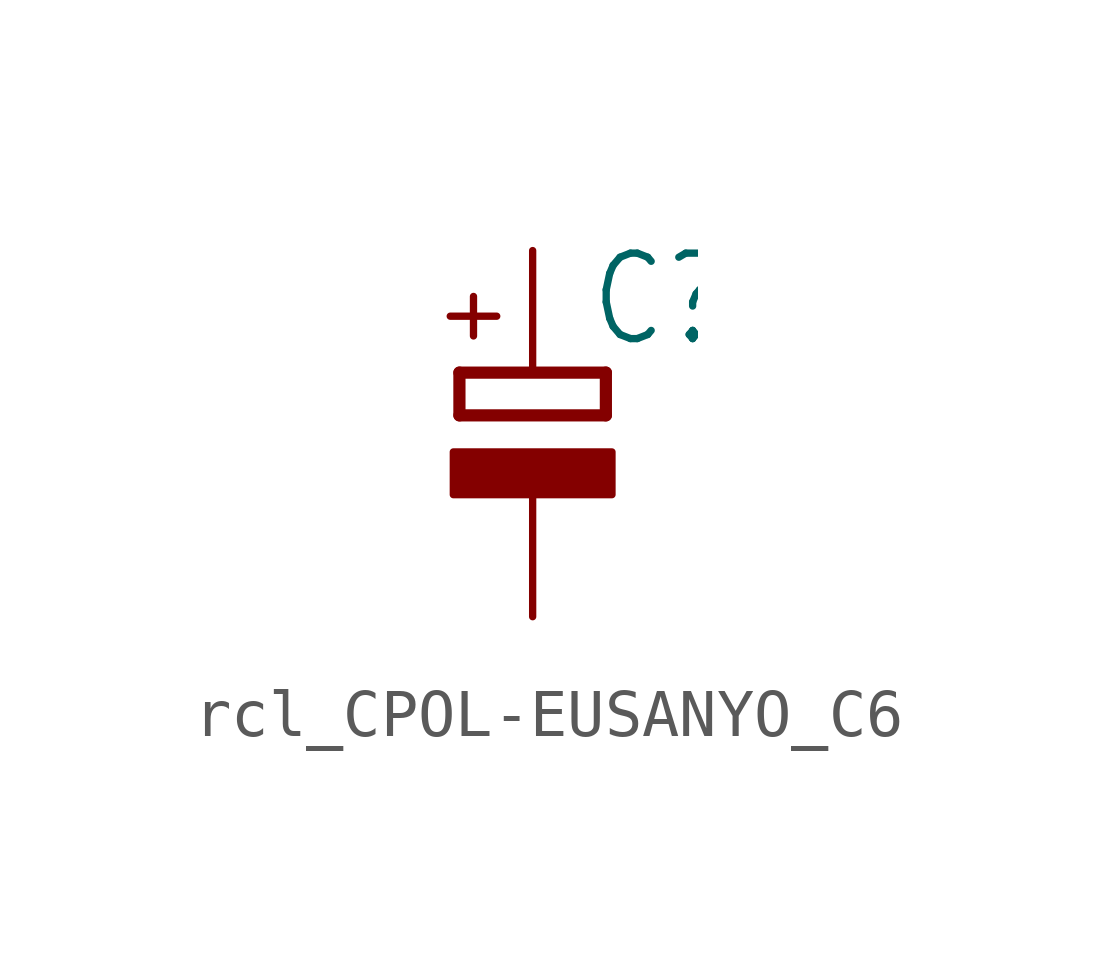
<source format=kicad_sym>
(kicad_symbol_lib
  (version 20231120)
  (generator "kicad_symbol_editor")
  (generator_version "8.0")
  (symbol "rcl_CPOL-EUSANYO_C6"
    (property "Reference" "C"
      (at 1.143 0.483 0)
      (effects (font (size 1.778 1.511)) (justify left bottom)))
    (property "Value" ""
      (at 1.143 -4.597 0)
      (effects (font (size 1.778 1.511)) (justify left bottom)))
    (property "ki_locked" ""
      (at 0 0 0)
      (effects (font (size 1.27 1.27))))
    (symbol "rcl_CPOL-EUSANYO_C6_1_0"
      (rectangle (start -1.651 -2.54) (end 1.651 -1.651) (stroke (width 0) (type default)) (fill (type outline)))
      (polyline (pts (xy -1.524 -0.889) (xy 1.524 -0.889)) (stroke (width 0.254) (type solid)) (fill (type none)))
      (polyline (pts (xy -1.524 0) (xy -1.524 -0.889)) (stroke (width 0.254) (type solid)) (fill (type none)))
      (polyline (pts (xy -1.524 0) (xy 1.524 0)) (stroke (width 0.254) (type solid)) (fill (type none)))
      (polyline (pts (xy 1.524 -0.889) (xy 1.524 0)) (stroke (width 0.254) (type solid)) (fill (type none)))
      (text "+" (at -0.584 0.406 900) (effects (font (size 1.27 1.079)) (justify left bottom)))
      (pin passive line (at 0 2.54 270) (length 2.54) (name "+" (effects (font (size 0 0)))) (number "+" (effects (font (size 0 0)))))
      (pin passive line (at 0 -5.08 90) (length 2.54) (name "-" (effects (font (size 0 0)))) (number "-" (effects (font (size 0 0))))))))
</source>
